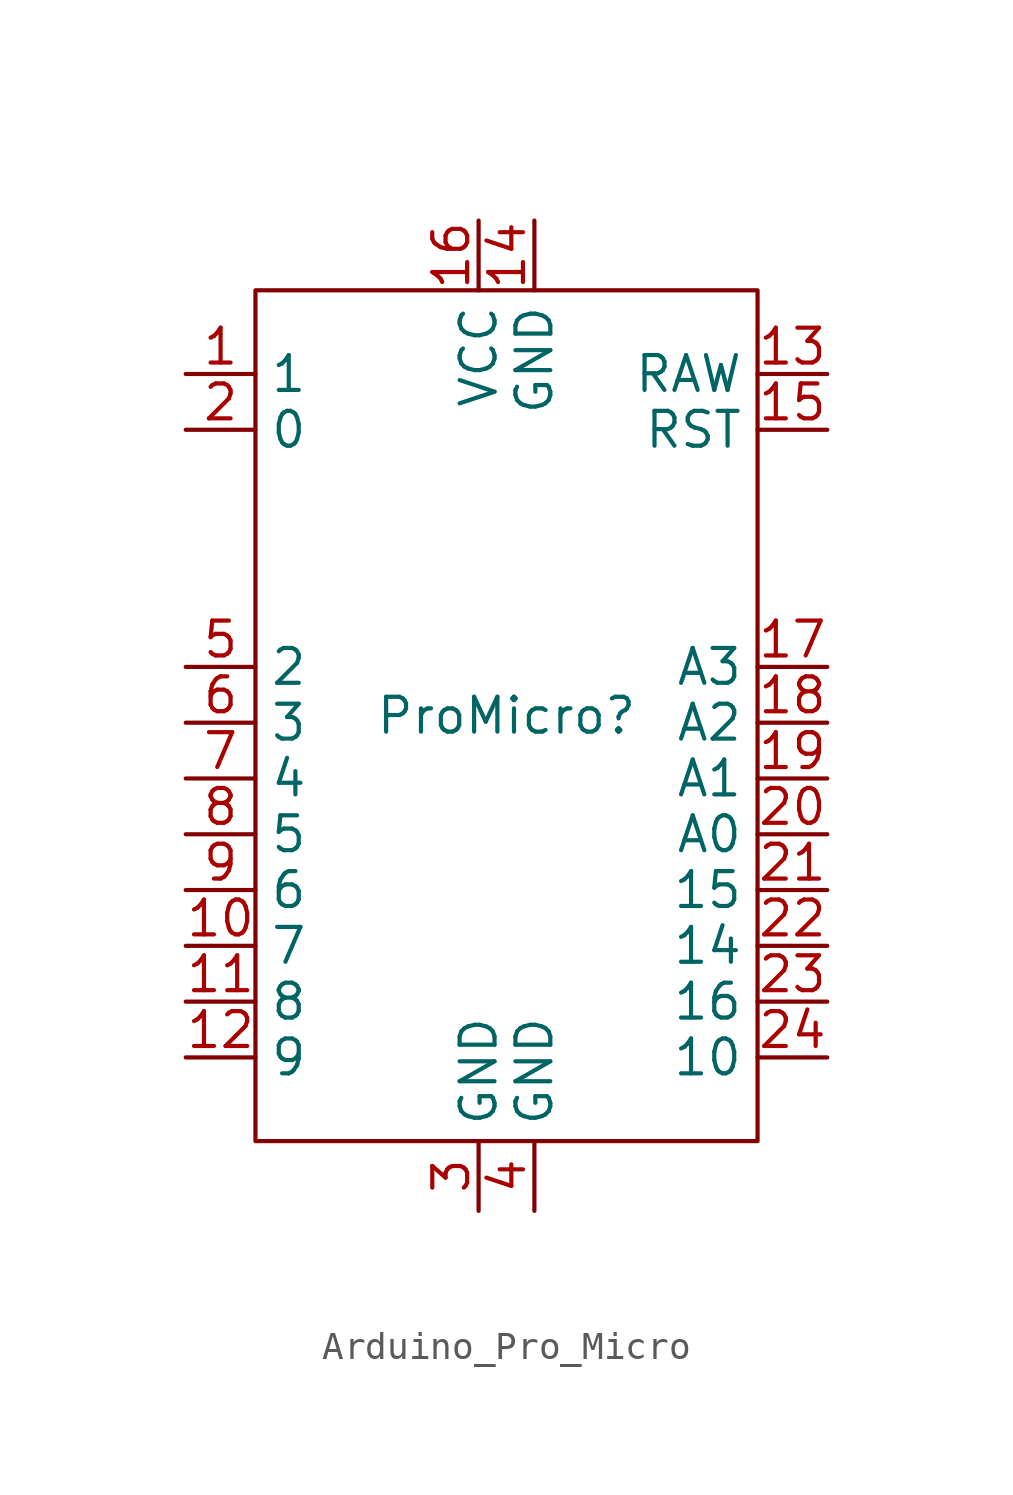
<source format=kicad_sym>
(kicad_symbol_lib
  (version 20220914)
  (generator kicad_symbol_editor)
  (symbol "Arduino_Pro_Micro"
    (property "Reference" "ProMicro"
      (at 0 0 0)
      (effects (font (size 1.27 1.27))))
    (property "Value" ""
      (at 0.254 -3.048 0)
      (effects (font (size 1.27 1.27))))
    (symbol "Arduino_Pro_Micro_0_1"
      (rectangle (start -9.144 15.494) (end 9.144 -15.494) (stroke (width 0) (type default)) (fill (type none))))
    (symbol "Arduino_Pro_Micro_1_1"
      (pin bidirectional line (at -11.684 12.446 0) (length 2.54) (name "1" (effects (font (size 1.27 1.27)))) (number "1" (effects (font (size 1.27 1.27)))))
      (pin bidirectional line (at -11.684 -8.382 0) (length 2.54) (name "7" (effects (font (size 1.27 1.27)))) (number "10" (effects (font (size 1.27 1.27)))))
      (pin bidirectional line (at -11.684 -10.414 0) (length 2.54) (name "8" (effects (font (size 1.27 1.27)))) (number "11" (effects (font (size 1.27 1.27)))))
      (pin bidirectional line (at -11.684 -12.446 0) (length 2.54) (name "9" (effects (font (size 1.27 1.27)))) (number "12" (effects (font (size 1.27 1.27)))))
      (pin input line (at 11.684 12.446 180) (length 2.54) (name "RAW" (effects (font (size 1.27 1.27)))) (number "13" (effects (font (size 1.27 1.27)))))
      (pin bidirectional line (at 1.016 18.034 270) (length 2.54) (name "GND" (effects (font (size 1.27 1.27)))) (number "14" (effects (font (size 1.27 1.27)))))
      (pin input line (at 11.684 10.414 180) (length 2.54) (name "RST" (effects (font (size 1.27 1.27)))) (number "15" (effects (font (size 1.27 1.27)))))
      (pin bidirectional line (at -1.016 18.034 270) (length 2.54) (name "VCC" (effects (font (size 1.27 1.27)))) (number "16" (effects (font (size 1.27 1.27)))))
      (pin bidirectional line (at 11.684 1.778 180) (length 2.54) (name "A3" (effects (font (size 1.27 1.27)))) (number "17" (effects (font (size 1.27 1.27)))))
      (pin bidirectional line (at 11.684 -0.254 180) (length 2.54) (name "A2" (effects (font (size 1.27 1.27)))) (number "18" (effects (font (size 1.27 1.27)))))
      (pin bidirectional line (at 11.684 -2.286 180) (length 2.54) (name "A1" (effects (font (size 1.27 1.27)))) (number "19" (effects (font (size 1.27 1.27)))))
      (pin bidirectional line (at -11.684 10.414 0) (length 2.54) (name "0" (effects (font (size 1.27 1.27)))) (number "2" (effects (font (size 1.27 1.27)))))
      (pin bidirectional line (at 11.684 -4.318 180) (length 2.54) (name "A0" (effects (font (size 1.27 1.27)))) (number "20" (effects (font (size 1.27 1.27)))))
      (pin bidirectional line (at 11.684 -6.35 180) (length 2.54) (name "15" (effects (font (size 1.27 1.27)))) (number "21" (effects (font (size 1.27 1.27)))))
      (pin bidirectional line (at 11.684 -8.382 180) (length 2.54) (name "14" (effects (font (size 1.27 1.27)))) (number "22" (effects (font (size 1.27 1.27)))))
      (pin bidirectional line (at 11.684 -10.414 180) (length 2.54) (name "16" (effects (font (size 1.27 1.27)))) (number "23" (effects (font (size 1.27 1.27)))))
      (pin bidirectional line (at 11.684 -12.446 180) (length 2.54) (name "10" (effects (font (size 1.27 1.27)))) (number "24" (effects (font (size 1.27 1.27)))))
      (pin bidirectional line (at -1.016 -18.034 90) (length 2.54) (name "GND" (effects (font (size 1.27 1.27)))) (number "3" (effects (font (size 1.27 1.27)))))
      (pin bidirectional line (at 1.016 -18.034 90) (length 2.54) (name "GND" (effects (font (size 1.27 1.27)))) (number "4" (effects (font (size 1.27 1.27)))))
      (pin bidirectional line (at -11.684 1.778 0) (length 2.54) (name "2" (effects (font (size 1.27 1.27)))) (number "5" (effects (font (size 1.27 1.27)))))
      (pin bidirectional line (at -11.684 -0.254 0) (length 2.54) (name "3" (effects (font (size 1.27 1.27)))) (number "6" (effects (font (size 1.27 1.27)))))
      (pin bidirectional line (at -11.684 -2.286 0) (length 2.54) (name "4" (effects (font (size 1.27 1.27)))) (number "7" (effects (font (size 1.27 1.27)))))
      (pin bidirectional line (at -11.684 -4.318 0) (length 2.54) (name "5" (effects (font (size 1.27 1.27)))) (number "8" (effects (font (size 1.27 1.27)))))
      (pin bidirectional line (at -11.684 -6.35 0) (length 2.54) (name "6" (effects (font (size 1.27 1.27)))) (number "9" (effects (font (size 1.27 1.27))))))))
</source>
